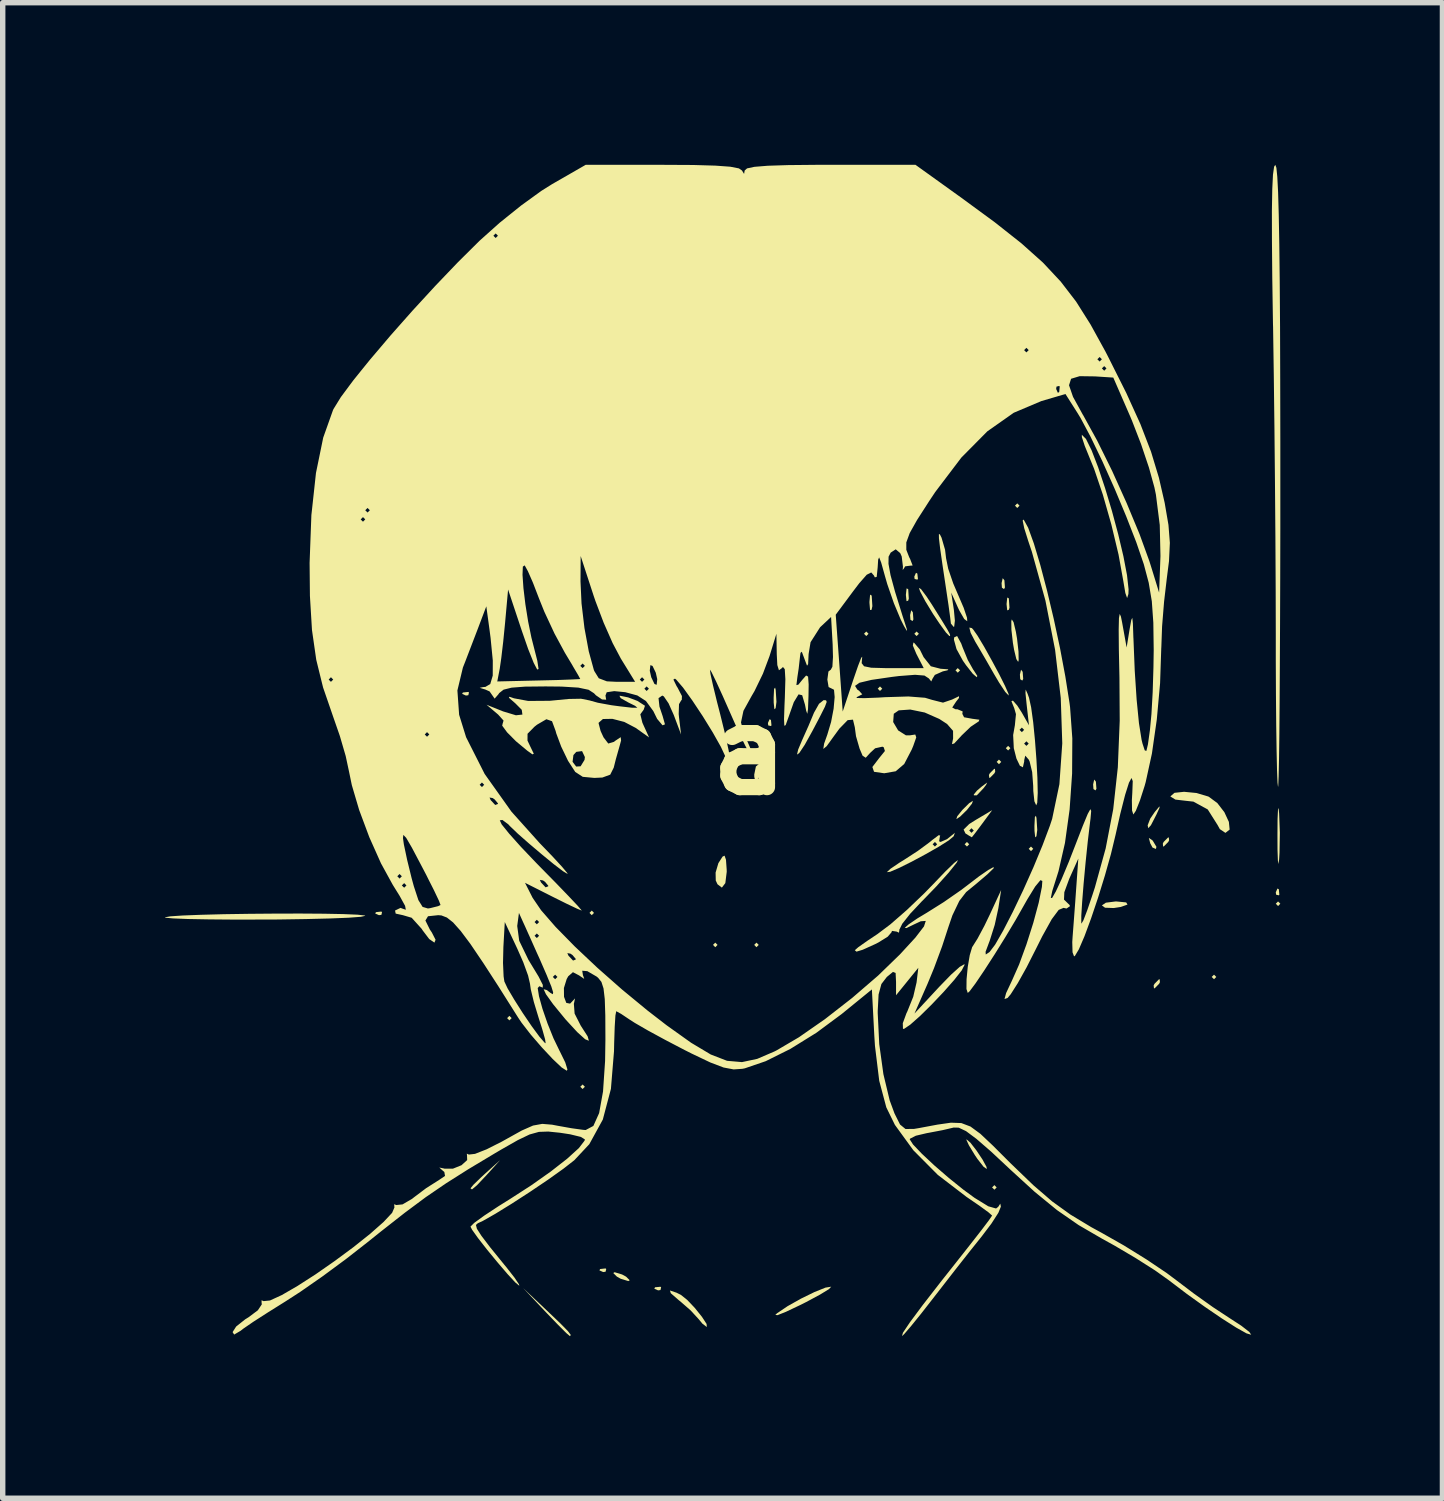
<source format=kicad_pcb>
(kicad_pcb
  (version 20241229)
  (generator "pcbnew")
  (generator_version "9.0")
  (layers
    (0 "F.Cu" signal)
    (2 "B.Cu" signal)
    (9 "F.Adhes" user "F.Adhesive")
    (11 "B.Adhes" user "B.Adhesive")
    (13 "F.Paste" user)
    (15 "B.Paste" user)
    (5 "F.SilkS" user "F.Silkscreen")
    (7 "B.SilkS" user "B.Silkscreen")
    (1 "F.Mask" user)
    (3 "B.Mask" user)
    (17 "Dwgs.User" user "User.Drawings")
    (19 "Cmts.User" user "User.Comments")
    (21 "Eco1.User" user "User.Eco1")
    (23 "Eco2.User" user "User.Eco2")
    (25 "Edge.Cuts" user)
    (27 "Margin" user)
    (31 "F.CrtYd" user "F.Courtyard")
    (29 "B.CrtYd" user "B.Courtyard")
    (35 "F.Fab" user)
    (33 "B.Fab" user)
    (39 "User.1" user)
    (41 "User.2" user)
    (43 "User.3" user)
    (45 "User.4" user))
  (footprint "a"
    (layer "F.Cu")
    (at 10.821 10.837)
    (property "Reference" "a" (at 0 0 0) (layer "F.SilkS") (effects (font (size 1.5 1.5) (thickness 0.3))))
    (attr board_only exclude_from_pos_files exclude_from_bom)
    (fp_poly (pts (xy -4.403 4.953) (xy -4.445 4.995) (xy -4.487 4.953) (xy -4.445 4.911)) (stroke (width 0) (type solid)) (fill yes) (layer "F.SilkS"))
    (fp_poly (pts (xy -3.048 6.223) (xy -3.09 6.265) (xy -3.133 6.223) (xy -3.09 6.181)) (stroke (width 0) (type solid)) (fill yes) (layer "F.SilkS"))
    (fp_poly (pts (xy -2.879 3.006) (xy -2.921 3.048) (xy -2.963 3.006) (xy -2.921 2.963)) (stroke (width 0) (type solid)) (fill yes) (layer "F.SilkS"))
    (fp_poly (pts (xy -0.593 3.598) (xy -0.635 3.641) (xy -0.677 3.598) (xy -0.635 3.556)) (stroke (width 0) (type solid)) (fill yes) (layer "F.SilkS"))
    (fp_poly (pts (xy 0.169 3.598) (xy 0.127 3.641) (xy 0.085 3.598) (xy 0.127 3.556)) (stroke (width 0) (type solid)) (fill yes) (layer "F.SilkS"))
    (fp_poly (pts (xy 2.201 -2.159) (xy 2.159 -2.117) (xy 2.117 -2.159) (xy 2.159 -2.201)) (stroke (width 0) (type solid)) (fill yes) (layer "F.SilkS"))
    (fp_poly (pts (xy 2.455 -1.143) (xy 2.413 -1.101) (xy 2.371 -1.143) (xy 2.413 -1.185)) (stroke (width 0) (type solid)) (fill yes) (layer "F.SilkS"))
    (fp_poly (pts (xy 3.133 -2.159) (xy 3.09 -2.117) (xy 3.048 -2.159) (xy 3.09 -2.201)) (stroke (width 0) (type solid)) (fill yes) (layer "F.SilkS"))
    (fp_poly (pts (xy 3.895 -1.482) (xy 3.852 -1.439) (xy 3.81 -1.482) (xy 3.852 -1.524)) (stroke (width 0) (type solid)) (fill yes) (layer "F.SilkS"))
    (fp_poly (pts (xy 4.064 1.736) (xy 4.022 1.778) (xy 3.979 1.736) (xy 4.022 1.693)) (stroke (width 0) (type solid)) (fill yes) (layer "F.SilkS"))
    (fp_poly (pts (xy 4.572 8.086) (xy 4.53 8.128) (xy 4.487 8.086) (xy 4.53 8.043)) (stroke (width 0) (type solid)) (fill yes) (layer "F.SilkS"))
    (fp_poly (pts (xy 4.657 0.212) (xy 4.614 0.254) (xy 4.572 0.212) (xy 4.614 0.169)) (stroke (width 0) (type solid)) (fill yes) (layer "F.SilkS"))
    (fp_poly (pts (xy 4.826 -0.042) (xy 4.784 0) (xy 4.741 -0.042) (xy 4.784 -0.085)) (stroke (width 0) (type solid)) (fill yes) (layer "F.SilkS"))
    (fp_poly (pts (xy 4.995 -4.53) (xy 4.953 -4.487) (xy 4.911 -4.53) (xy 4.953 -4.572)) (stroke (width 0) (type solid)) (fill yes) (layer "F.SilkS"))
    (fp_poly (pts (xy 5.249 1.82) (xy 5.207 1.863) (xy 5.165 1.82) (xy 5.207 1.778)) (stroke (width 0) (type solid)) (fill yes) (layer "F.SilkS"))
    (fp_poly (pts (xy 8.636 4.191) (xy 8.594 4.233) (xy 8.551 4.191) (xy 8.594 4.149)) (stroke (width 0) (type solid)) (fill yes) (layer "F.SilkS"))
    (fp_poly (pts (xy 9.821 2.836) (xy 9.779 2.879) (xy 9.737 2.836) (xy 9.779 2.794)) (stroke (width 0) (type solid)) (fill yes) (layer "F.SilkS"))
    (fp_poly (pts (xy -6.802 2.992) (xy -6.813 3.042) (xy -6.858 3.048) (xy -6.928 3.017) (xy -6.914 2.992) (xy -6.814 2.981)) (stroke (width 0) (type solid)) (fill yes) (layer "F.SilkS"))
    (fp_poly (pts (xy -5.193 -1.072) (xy -5.205 -1.022) (xy -5.249 -1.016) (xy -5.319 -1.047) (xy -5.306 -1.072) (xy -5.205 -1.083)) (stroke (width 0) (type solid)) (fill yes) (layer "F.SilkS"))
    (fp_poly (pts (xy -2.653 9.596) (xy -2.665 9.646) (xy -2.709 9.652) (xy -2.779 9.621) (xy -2.766 9.596) (xy -2.665 9.585)) (stroke (width 0) (type solid)) (fill yes) (layer "F.SilkS"))
    (fp_poly (pts (xy -1.637 9.934) (xy -1.649 9.985) (xy -1.693 9.991) (xy -1.763 9.96) (xy -1.75 9.934) (xy -1.649 9.924)) (stroke (width 0) (type solid)) (fill yes) (layer "F.SilkS"))
    (fp_poly (pts (xy 0.395 -0.564) (xy 0.405 -0.464) (xy 0.395 -0.452) (xy 0.345 -0.463) (xy 0.339 -0.508) (xy 0.37 -0.578)) (stroke (width 0) (type solid)) (fill yes) (layer "F.SilkS"))
    (fp_poly (pts (xy 2.935 -2.985) (xy 2.946 -2.811) (xy 2.935 -2.773) (xy 2.904 -2.762) (xy 2.892 -2.879) (xy 2.905 -2.999)) (stroke (width 0) (type solid)) (fill yes) (layer "F.SilkS"))
    (fp_poly (pts (xy 3.021 -2.556) (xy 3.031 -2.424) (xy 3.014 -2.394) (xy 2.976 -2.419) (xy 2.97 -2.505) (xy 2.991 -2.595)) (stroke (width 0) (type solid)) (fill yes) (layer "F.SilkS"))
    (fp_poly (pts (xy 3.104 -3.274) (xy 3.115 -3.173) (xy 3.104 -3.161) (xy 3.054 -3.173) (xy 3.048 -3.217) (xy 3.079 -3.287)) (stroke (width 0) (type solid)) (fill yes) (layer "F.SilkS"))
    (fp_poly (pts (xy 4.715 -3.149) (xy 4.725 -3.016) (xy 4.708 -2.986) (xy 4.669 -3.012) (xy 4.663 -3.097) (xy 4.684 -3.188)) (stroke (width 0) (type solid)) (fill yes) (layer "F.SilkS"))
    (fp_poly (pts (xy 4.797 -2.815) (xy 4.809 -2.642) (xy 4.797 -2.603) (xy 4.767 -2.593) (xy 4.755 -2.709) (xy 4.768 -2.83)) (stroke (width 0) (type solid)) (fill yes) (layer "F.SilkS"))
    (fp_poly (pts (xy 5.053 -1.455) (xy 5.063 -1.323) (xy 5.046 -1.293) (xy 5.008 -1.318) (xy 5.002 -1.404) (xy 5.023 -1.494)) (stroke (width 0) (type solid)) (fill yes) (layer "F.SilkS"))
    (fp_poly (pts (xy 6.408 0.577) (xy 6.418 0.709) (xy 6.401 0.739) (xy 6.363 0.714) (xy 6.357 0.628) (xy 6.377 0.538)) (stroke (width 0) (type solid)) (fill yes) (layer "F.SilkS"))
    (fp_poly (pts (xy 9.793 2.568) (xy 9.803 2.669) (xy 9.793 2.681) (xy 9.743 2.669) (xy 9.737 2.625) (xy 9.768 2.555)) (stroke (width 0) (type solid)) (fill yes) (layer "F.SilkS"))
    (fp_poly (pts (xy 7.45 1.66) (xy 7.461 1.671) (xy 7.528 1.782) (xy 7.519 1.823) (xy 7.456 1.797) (xy 7.414 1.718) (xy 7.388 1.619)) (stroke (width 0) (type solid)) (fill yes) (layer "F.SilkS"))
    (fp_poly (pts (xy -2.359 9.697) (xy -2.286 9.737) (xy -2.218 9.804) (xy -2.244 9.819) (xy -2.383 9.777) (xy -2.455 9.737) (xy -2.523 9.67) (xy -2.498 9.655)) (stroke (width 0) (type solid)) (fill yes) (layer "F.SilkS"))
    (fp_poly (pts (xy 0.248 0.307) (xy 0.198 0.462) (xy 0.169 0.508) (xy 0.108 0.574) (xy 0.087 0.49) (xy 0.086 0.445) (xy 0.117 0.296) (xy 0.169 0.254)) (stroke (width 0) (type solid)) (fill yes) (layer "F.SilkS"))
    (fp_poly (pts (xy 0.483 -1.121) (xy 0.497 -0.9) (xy 0.482 -0.782) (xy 0.459 -0.762) (xy 0.446 -0.884) (xy 0.445 -0.974) (xy 0.453 -1.138) (xy 0.472 -1.163)) (stroke (width 0) (type solid)) (fill yes) (layer "F.SilkS"))
    (fp_poly (pts (xy 2.256 -2.87) (xy 2.26 -2.856) (xy 2.272 -2.671) (xy 2.257 -2.602) (xy 2.229 -2.599) (xy 2.218 -2.732) (xy 2.218 -2.752) (xy 2.23 -2.883)) (stroke (width 0) (type solid)) (fill yes) (layer "F.SilkS"))
    (fp_poly (pts (xy 4.115 0.984) (xy 4.022 1.101) (xy 3.894 1.226) (xy 3.826 1.27) (xy 3.843 1.217) (xy 3.937 1.101) (xy 4.064 0.975) (xy 4.133 0.931)) (stroke (width 0) (type solid)) (fill yes) (layer "F.SilkS"))
    (fp_poly (pts (xy 4.376 0.637) (xy 4.329 0.699) (xy 4.205 0.83) (xy 4.15 0.83) (xy 4.149 0.815) (xy 4.207 0.744) (xy 4.297 0.667) (xy 4.397 0.593)) (stroke (width 0) (type solid)) (fill yes) (layer "F.SilkS"))
    (fp_poly (pts (xy 4.545 0.393) (xy 4.53 0.423) (xy 4.45 0.504) (xy 4.435 0.508) (xy 4.429 0.453) (xy 4.445 0.423) (xy 4.525 0.342) (xy 4.54 0.339)) (stroke (width 0) (type solid)) (fill yes) (layer "F.SilkS"))
    (fp_poly (pts (xy 5.309 1.25) (xy 5.323 1.47) (xy 5.308 1.588) (xy 5.285 1.608) (xy 5.272 1.487) (xy 5.271 1.397) (xy 5.279 1.233) (xy 5.298 1.208)) (stroke (width 0) (type solid)) (fill yes) (layer "F.SilkS"))
    (fp_poly (pts (xy 7.585 1.062) (xy 7.529 1.185) (xy 7.427 1.383) (xy 7.377 1.438) (xy 7.366 1.385) (xy 7.414 1.261) (xy 7.498 1.138) (xy 7.585 1.034)) (stroke (width 0) (type solid)) (fill yes) (layer "F.SilkS"))
    (fp_poly (pts (xy 7.593 4.288) (xy 7.578 4.318) (xy 7.498 4.399) (xy 7.483 4.403) (xy 7.477 4.348) (xy 7.493 4.318) (xy 7.573 4.237) (xy 7.588 4.233)) (stroke (width 0) (type solid)) (fill yes) (layer "F.SilkS"))
    (fp_poly (pts (xy 7.763 1.663) (xy 7.747 1.693) (xy 7.667 1.774) (xy 7.652 1.778) (xy 7.647 1.723) (xy 7.662 1.693) (xy 7.742 1.612) (xy 7.757 1.609)) (stroke (width 0) (type solid)) (fill yes) (layer "F.SilkS"))
    (fp_poly (pts (xy -4.863 7.853) (xy -5.044 8.045) (xy -5.137 8.123) (xy -5.165 8.102) (xy -5.165 8.102) (xy -5.108 8.034) (xy -4.965 7.896) (xy -4.889 7.826) (xy -4.614 7.578)) (stroke (width 0) (type solid)) (fill yes) (layer "F.SilkS"))
    (fp_poly (pts (xy 6.969 2.812) (xy 6.993 2.852) (xy 6.868 2.896) (xy 6.738 2.916) (xy 6.577 2.91) (xy 6.519 2.867) (xy 6.593 2.817) (xy 6.773 2.794) (xy 6.787 2.794)) (stroke (width 0) (type solid)) (fill yes) (layer "F.SilkS"))
    (fp_poly (pts (xy -3.747 10.368) (xy -3.5 10.604) (xy -3.36 10.747) (xy -3.308 10.817) (xy -3.324 10.837) (xy -3.326 10.837) (xy -3.392 10.781) (xy -3.542 10.631) (xy -3.746 10.419) (xy -3.771 10.393) (xy -4.191 9.948)) (stroke (width 0) (type solid)) (fill yes) (layer "F.SilkS"))
    (fp_poly (pts (xy -0.437 2.022) (xy -0.424 2.205) (xy -0.423 2.244) (xy -0.449 2.455) (xy -0.513 2.538) (xy -0.594 2.476) (xy -0.626 2.407) (xy -0.629 2.26) (xy -0.578 2.086) (xy -0.5 1.964) (xy -0.463 1.947)) (stroke (width 0) (type solid)) (fill yes) (layer "F.SilkS"))
    (fp_poly (pts (xy 4.086 7.258) (xy 4.198 7.402) (xy 4.31 7.57) (xy 4.383 7.704) (xy 4.39 7.746) (xy 4.329 7.703) (xy 4.215 7.557) (xy 4.168 7.487) (xy 4.059 7.308) (xy 4.012 7.206) (xy 4.015 7.197)) (stroke (width 0) (type solid)) (fill yes) (layer "F.SilkS"))
    (fp_poly (pts (xy 9.799 1.167) (xy 9.812 1.524) (xy 9.806 1.892) (xy 9.799 2.014) (xy 9.786 2.102) (xy 9.776 2.038) (xy 9.769 1.837) (xy 9.768 1.566) (xy 9.77 1.266) (xy 9.778 1.094) (xy 9.788 1.064)) (stroke (width 0) (type solid)) (fill yes) (layer "F.SilkS"))
    (fp_poly (pts (xy 4.885 -2.373) (xy 4.927 -2.199) (xy 4.949 -2.07) (xy 4.976 -1.831) (xy 4.979 -1.671) (xy 4.97 -1.639) (xy 4.936 -1.691) (xy 4.894 -1.865) (xy 4.872 -1.994) (xy 4.845 -2.233) (xy 4.843 -2.393) (xy 4.852 -2.425)) (stroke (width 0) (type solid)) (fill yes) (layer "F.SilkS"))
    (fp_poly (pts (xy 1.467 9.969) (xy 1.302 10.07) (xy 1.047 10.207) (xy 0.931 10.265) (xy 0.674 10.387) (xy 0.516 10.45) (xy 0.476 10.445) (xy 0.508 10.415) (xy 0.702 10.284) (xy 0.949 10.145) (xy 1.2 10.022) (xy 1.404 9.94) (xy 1.511 9.923)) (stroke (width 0) (type solid)) (fill yes) (layer "F.SilkS"))
    (fp_poly (pts (xy 1.415 -0.928) (xy 1.427 -0.898) (xy 1.394 -0.809) (xy 1.304 -0.63) (xy 1.162 -0.36) (xy 1.02 -0.104) (xy 0.921 0.045) (xy 0.877 0.077) (xy 0.899 -0.017) (xy 0.972 -0.191) (xy 1.09 -0.455) (xy 1.192 -0.699) (xy 1.285 -0.864) (xy 1.37 -0.931)) (stroke (width 0) (type solid)) (fill yes) (layer "F.SilkS"))
    (fp_poly (pts (xy 3.172 -2.986) (xy 3.274 -2.85) (xy 3.37 -2.705) (xy 3.551 -2.416) (xy 3.658 -2.241) (xy 3.706 -2.152) (xy 3.711 -2.12) (xy 3.697 -2.117) (xy 3.634 -2.182) (xy 3.512 -2.351) (xy 3.395 -2.526) (xy 3.252 -2.761) (xy 3.157 -2.94) (xy 3.133 -3.008)) (stroke (width 0) (type solid)) (fill yes) (layer "F.SilkS"))
    (fp_poly (pts (xy 3.916 -1.979) (xy 3.94 -1.913) (xy 4.037 -1.676) (xy 4.137 -1.497) (xy 4.149 -1.481) (xy 4.214 -1.379) (xy 4.204 -1.355) (xy 4.131 -1.418) (xy 4.005 -1.578) (xy 3.947 -1.661) (xy 3.829 -1.876) (xy 3.781 -2.051) (xy 3.786 -2.093) (xy 3.84 -2.118)) (stroke (width 0) (type solid)) (fill yes) (layer "F.SilkS"))
    (fp_poly (pts (xy -1.352 10.034) (xy -1.27 10.075) (xy -1.154 10.168) (xy -1.013 10.317) (xy -0.882 10.48) (xy -0.796 10.612) (xy -0.792 10.668) (xy -0.794 10.668) (xy -0.872 10.608) (xy -0.948 10.517) (xy -1.091 10.362) (xy -1.289 10.189) (xy -1.303 10.179) (xy -1.458 10.044) (xy -1.474 9.993)) (stroke (width 0) (type solid)) (fill yes) (layer "F.SilkS"))
    (fp_poly (pts (xy 4.112 -2.265) (xy 4.137 -2.239) (xy 4.219 -2.122) (xy 4.341 -1.918) (xy 4.481 -1.667) (xy 4.618 -1.412) (xy 4.728 -1.192) (xy 4.791 -1.048) (xy 4.795 -1.016) (xy 4.731 -1.083) (xy 4.616 -1.257) (xy 4.521 -1.418) (xy 4.368 -1.685) (xy 4.232 -1.918) (xy 4.178 -2.008) (xy 4.091 -2.176) (xy 4.066 -2.274)) (stroke (width 0) (type solid)) (fill yes) (layer "F.SilkS"))
    (fp_poly (pts (xy 4.303 1.357) (xy 4.181 1.52) (xy 4.115 1.604) (xy 4.112 1.607) (xy 4.048 1.569) (xy 3.994 1.535) (xy 3.969 1.482) (xy 4.064 1.482) (xy 4.106 1.524) (xy 4.149 1.482) (xy 4.106 1.439) (xy 4.064 1.482) (xy 3.969 1.482) (xy 3.96 1.464) (xy 4.063 1.362) (xy 4.185 1.285) (xy 4.489 1.105)) (stroke (width 0) (type solid)) (fill yes) (layer "F.SilkS"))
    (fp_poly (pts (xy 8.267 0.787) (xy 8.484 0.851) (xy 8.496 0.856) (xy 8.655 0.973) (xy 8.786 1.143) (xy 8.869 1.322) (xy 8.883 1.464) (xy 8.807 1.524) (xy 8.803 1.524) (xy 8.702 1.456) (xy 8.66 1.38) (xy 8.478 1.092) (xy 8.213 0.947) (xy 8.067 0.931) (xy 7.879 0.909) (xy 7.79 0.854) (xy 7.789 0.847) (xy 7.862 0.784) (xy 8.04 0.765)) (stroke (width 0) (type solid)) (fill yes) (layer "F.SilkS"))
    (fp_poly (pts (xy 6.225 -5.764) (xy 6.329 -5.553) (xy 6.45 -5.239) (xy 6.578 -4.855) (xy 6.705 -4.432) (xy 6.821 -4.001) (xy 6.917 -3.595) (xy 6.984 -3.244) (xy 7.013 -2.981) (xy 7.01 -2.896) (xy 6.986 -2.82) (xy 6.953 -2.914) (xy 6.916 -3.133) (xy 6.827 -3.626) (xy 6.694 -4.182) (xy 6.537 -4.733) (xy 6.374 -5.214) (xy 6.299 -5.397) (xy 6.202 -5.636) (xy 6.149 -5.797) (xy 6.148 -5.842)) (stroke (width 0) (type solid)) (fill yes) (layer "F.SilkS"))
    (fp_poly (pts (xy -7.878 3.021) (xy -7.516 3.028) (xy -7.255 3.039) (xy -7.122 3.054) (xy -7.112 3.06) (xy -7.193 3.078) (xy -7.419 3.095) (xy -7.766 3.109) (xy -8.21 3.12) (xy -8.727 3.128) (xy -8.992 3.129) (xy -9.532 3.13) (xy -10.006 3.126) (xy -10.393 3.119) (xy -10.668 3.108) (xy -10.808 3.095) (xy -10.821 3.088) (xy -10.723 3.07) (xy -10.49 3.054) (xy -10.149 3.041) (xy -9.731 3.03) (xy -9.266 3.023) (xy -8.782 3.019) (xy -8.31 3.018)) (stroke (width 0) (type solid)) (fill yes) (layer "F.SilkS"))
    (fp_poly (pts (xy 3.521 -3.999) (xy 3.552 -3.937) (xy 3.617 -3.714) (xy 3.636 -3.556) (xy 3.675 -3.364) (xy 3.768 -3.091) (xy 3.855 -2.888) (xy 3.962 -2.639) (xy 4.023 -2.457) (xy 4.028 -2.391) (xy 3.972 -2.432) (xy 3.883 -2.586) (xy 3.859 -2.636) (xy 3.731 -2.921) (xy 3.78 -2.603) (xy 3.799 -2.401) (xy 3.786 -2.292) (xy 3.777 -2.286) (xy 3.725 -2.348) (xy 3.725 -2.349) (xy 3.712 -2.46) (xy 3.681 -2.688) (xy 3.64 -2.963) (xy 3.571 -3.424) (xy 3.526 -3.737) (xy 3.504 -3.924) (xy 3.503 -4.004)) (stroke (width 0) (type solid)) (fill yes) (layer "F.SilkS"))
    (fp_poly (pts (xy 3.834 2.074) (xy 3.684 2.261) (xy 3.459 2.512) (xy 3.205 2.775) (xy 3.188 2.791) (xy 2.974 3.019) (xy 2.825 3.207) (xy 2.769 3.321) (xy 2.771 3.333) (xy 2.763 3.372) (xy 2.722 3.352) (xy 2.635 3.339) (xy 2.625 3.366) (xy 2.556 3.446) (xy 2.384 3.553) (xy 2.325 3.583) (xy 2.093 3.688) (xy 1.978 3.723) (xy 1.947 3.697) (xy 2.012 3.64) (xy 2.181 3.521) (xy 2.364 3.399) (xy 2.605 3.218) (xy 2.91 2.952) (xy 3.23 2.646) (xy 3.397 2.475) (xy 3.625 2.237) (xy 3.784 2.083) (xy 3.856 2.027)) (stroke (width 0) (type solid)) (fill yes) (layer "F.SilkS"))
    (fp_poly (pts (xy 3.777 1.585) (xy 3.774 1.59) (xy 3.686 1.664) (xy 3.501 1.781) (xy 3.259 1.919) (xy 3.002 2.057) (xy 2.769 2.173) (xy 2.601 2.245) (xy 2.54 2.252) (xy 2.606 2.19) (xy 2.771 2.078) (xy 2.857 2.025) (xy 3.113 1.859) (xy 3.28 1.736) (xy 3.387 1.736) (xy 3.429 1.778) (xy 3.471 1.736) (xy 3.429 1.693) (xy 3.387 1.736) (xy 3.28 1.736) (xy 3.341 1.69) (xy 3.379 1.658) (xy 3.499 1.568) (xy 3.528 1.575) (xy 3.522 1.587) (xy 3.507 1.681) (xy 3.534 1.693) (xy 3.652 1.642) (xy 3.721 1.587) (xy 3.799 1.524)) (stroke (width 0) (type solid)) (fill yes) (layer "F.SilkS"))
    (fp_poly (pts (xy 9.748 -10.783) (xy 9.765 -10.615) (xy 9.78 -10.327) (xy 9.792 -9.913) (xy 9.802 -9.365) (xy 9.81 -8.678) (xy 9.816 -7.844) (xy 9.819 -6.857) (xy 9.821 -5.711) (xy 9.821 -5.08) (xy 9.821 -4.11) (xy 9.819 -3.191) (xy 9.816 -2.337) (xy 9.812 -1.562) (xy 9.808 -0.879) (xy 9.803 -0.303) (xy 9.797 0.153) (xy 9.79 0.475) (xy 9.783 0.649) (xy 9.779 0.677) (xy 9.769 0.596) (xy 9.76 0.365) (xy 9.752 0.004) (xy 9.745 -0.468) (xy 9.74 -1.03) (xy 9.737 -1.663) (xy 9.737 -2.138) (xy 9.735 -2.978) (xy 9.73 -3.933) (xy 9.722 -4.95) (xy 9.712 -5.975) (xy 9.7 -6.953) (xy 9.687 -7.832) (xy 9.685 -7.895) (xy 9.672 -8.748) (xy 9.666 -9.442) (xy 9.665 -9.984) (xy 9.672 -10.386) (xy 9.685 -10.655) (xy 9.706 -10.802) (xy 9.728 -10.837)) (stroke (width 0) (type solid)) (fill yes) (layer "F.SilkS"))
    (fp_poly (pts (xy 5.144 -1.049) (xy 5.171 -0.974) (xy 5.21 -0.797) (xy 5.248 -0.522) (xy 5.281 -0.186) (xy 5.308 0.171) (xy 5.326 0.508) (xy 5.332 0.787) (xy 5.323 0.968) (xy 5.304 1.016) (xy 5.27 0.941) (xy 5.25 0.751) (xy 5.248 0.656) (xy 5.229 0.4) (xy 5.182 0.204) (xy 5.165 0.169) (xy 5.101 0.096) (xy 5.082 0.179) (xy 5.081 0.207) (xy 5.057 0.312) (xy 5.002 0.283) (xy 4.938 0.15) (xy 4.889 -0.042) (xy 4.885 -0.127) (xy 5.08 -0.127) (xy 5.122 -0.085) (xy 5.165 -0.127) (xy 5.122 -0.169) (xy 5.08 -0.127) (xy 4.885 -0.127) (xy 4.877 -0.285) (xy 4.894 -0.381) (xy 4.995 -0.381) (xy 5.038 -0.339) (xy 5.08 -0.381) (xy 5.038 -0.423) (xy 4.995 -0.381) (xy 4.894 -0.381) (xy 4.909 -0.466) (xy 4.929 -0.672) (xy 4.897 -0.783) (xy 4.845 -0.912) (xy 4.873 -0.922) (xy 4.954 -0.83) (xy 5.038 -0.699) (xy 5.17 -0.466) (xy 5.127 -0.847) (xy 5.105 -1.064) (xy 5.109 -1.127)) (stroke (width 0) (type solid)) (fill yes) (layer "F.SilkS"))
    (fp_poly (pts (xy -2.248 -0.982) (xy -2.076 -0.917) (xy -1.936 -0.827) (xy -1.96 -0.754) (xy -1.961 -0.753) (xy -2.022 -0.669) (xy -1.984 -0.514) (xy -1.962 -0.465) (xy -1.86 -0.241) (xy -2.107 -0.417) (xy -2.319 -0.528) (xy -2.539 -0.585) (xy -2.714 -0.582) (xy -2.793 -0.513) (xy -2.794 -0.502) (xy -2.757 -0.36) (xy -2.703 -0.243) (xy -2.615 -0.128) (xy -2.511 -0.159) (xy -2.477 -0.185) (xy -2.385 -0.246) (xy -2.378 -0.184) (xy -2.405 -0.085) (xy -2.475 0.162) (xy -2.514 0.318) (xy -2.579 0.448) (xy -2.724 0.501) (xy -2.873 0.508) (xy -3.087 0.488) (xy -3.226 0.398) (xy -3.348 0.21) (xy -3.276 0.21) (xy -3.209 0.298) (xy -3.127 0.293) (xy -3.054 0.174) (xy -3.048 0.122) (xy -3.1 0.012) (xy -3.207 0.026) (xy -3.26 0.085) (xy -3.276 0.21) (xy -3.348 0.21) (xy -3.358 0.194) (xy -3.36 0.191) (xy -3.486 -0.071) (xy -3.578 -0.317) (xy -3.589 -0.36) (xy -3.656 -0.541) (xy -3.76 -0.578) (xy -3.933 -0.477) (xy -3.981 -0.439) (xy -4.109 -0.309) (xy -4.11 -0.183) (xy -4.061 -0.079) (xy -3.993 0.061) (xy -4.019 0.072) (xy -4.114 0.004) (xy -4.323 -0.17) (xy -4.487 -0.335) (xy -4.578 -0.459) (xy -4.567 -0.508) (xy -4.566 -0.508) (xy -4.553 -0.553) (xy -4.652 -0.663) (xy -4.668 -0.677) (xy -4.868 -0.846) (xy -4.562 -0.723) (xy -4.324 -0.651) (xy -4.204 -0.664) (xy -4.216 -0.752) (xy -4.335 -0.872) (xy -4.454 -0.976) (xy -4.443 -0.994) (xy -4.36 -0.965) (xy -4.097 -0.916) (xy -3.697 -0.919) (xy -3.344 -0.953) (xy -3.119 -0.957) (xy -2.963 -0.926) (xy -2.808 -0.883) (xy -2.556 -0.837) (xy -2.413 -0.818) (xy -2.17 -0.79) (xy -2.077 -0.791) (xy -2.119 -0.826) (xy -2.244 -0.888) (xy -2.385 -0.968) (xy -2.408 -1.01) (xy -2.396 -1.012)) (stroke (width 0) (type solid)) (fill yes) (layer "F.SilkS"))
    (fp_poly (pts (xy -1.045 -10.834) (xy -0.633 -10.822) (xy -0.357 -10.802) (xy -0.198 -10.771) (xy -0.141 -10.732) (xy -0.102 -10.669) (xy -0.091 -10.732) (xy -0.047 -10.771) (xy 0.09 -10.8) (xy 0.338 -10.82) (xy 0.714 -10.832) (xy 1.235 -10.837) (xy 1.493 -10.837) (xy 3.07 -10.837) (xy 3.925 -10.223) (xy 4.537 -9.774) (xy 5.029 -9.385) (xy 5.427 -9.029) (xy 5.756 -8.678) (xy 6.042 -8.306) (xy 6.309 -7.883) (xy 6.583 -7.385) (xy 6.631 -7.292) (xy 6.971 -6.614) (xy 7.232 -6.039) (xy 7.428 -5.53) (xy 7.574 -5.048) (xy 7.681 -4.582) (xy 7.751 -4.173) (xy 7.777 -3.842) (xy 7.761 -3.504) (xy 7.72 -3.181) (xy 7.67 -2.754) (xy 7.633 -2.296) (xy 7.619 -1.905) (xy 7.618 -1.901) (xy 7.596 -1.243) (xy 7.535 -0.571) (xy 7.445 0.057) (xy 7.33 0.584) (xy 7.31 0.656) (xy 7.223 0.926) (xy 7.147 1.117) (xy 7.101 1.185) (xy 7.077 1.11) (xy 7.074 0.918) (xy 7.082 0.783) (xy 7.09 0.568) (xy 7.068 0.509) (xy 7.02 0.597) (xy 6.949 0.822) (xy 6.859 1.175) (xy 6.773 1.558) (xy 6.687 1.915) (xy 6.575 2.314) (xy 6.449 2.722) (xy 6.319 3.108) (xy 6.197 3.438) (xy 6.093 3.68) (xy 6.02 3.802) (xy 6.004 3.81) (xy 5.976 3.735) (xy 5.971 3.546) (xy 5.977 3.45) (xy 5.999 3.163) (xy 6.026 2.802) (xy 6.044 2.546) (xy 6.083 2.001) (xy 5.915 2.375) (xy 5.824 2.623) (xy 5.818 2.76) (xy 5.837 2.778) (xy 5.923 2.862) (xy 5.927 2.883) (xy 5.865 2.925) (xy 5.809 2.913) (xy 5.72 2.95) (xy 5.591 3.123) (xy 5.415 3.44) (xy 5.302 3.666) (xy 5.127 4.011) (xy 4.963 4.305) (xy 4.832 4.511) (xy 4.774 4.58) (xy 4.717 4.6) (xy 4.747 4.489) (xy 4.854 4.261) (xy 4.987 3.961) (xy 5.124 3.586) (xy 5.25 3.189) (xy 5.35 2.818) (xy 5.409 2.525) (xy 5.417 2.415) (xy 5.382 2.4) (xy 5.285 2.518) (xy 5.143 2.749) (xy 5.08 2.86) (xy 4.923 3.137) (xy 4.733 3.454) (xy 4.532 3.777) (xy 4.341 4.073) (xy 4.18 4.311) (xy 4.071 4.457) (xy 4.037 4.487) (xy 4.013 4.414) (xy 4.015 4.234) (xy 4.037 4.005) (xy 4.074 3.788) (xy 4.118 3.64) (xy 4.131 3.62) (xy 4.219 3.48) (xy 4.345 3.244) (xy 4.443 3.041) (xy 4.655 2.582) (xy 4.603 2.921) (xy 4.536 3.228) (xy 4.443 3.522) (xy 4.434 3.545) (xy 4.367 3.725) (xy 4.37 3.776) (xy 4.44 3.73) (xy 4.543 3.594) (xy 4.692 3.335) (xy 4.871 2.987) (xy 5.063 2.585) (xy 5.252 2.162) (xy 5.421 1.754) (xy 5.556 1.395) (xy 5.599 1.265) (xy 5.733 0.624) (xy 5.786 -0.132) (xy 5.758 -0.971) (xy 5.653 -1.863) (xy 5.474 -2.775) (xy 5.223 -3.678) (xy 5.156 -3.877) (xy 5.082 -4.113) (xy 5.053 -4.255) (xy 5.071 -4.273) (xy 5.155 -4.121) (xy 5.26 -3.831) (xy 5.379 -3.433) (xy 5.504 -2.958) (xy 5.628 -2.436) (xy 5.744 -1.895) (xy 5.843 -1.367) (xy 5.92 -0.879) (xy 5.93 -0.804) (xy 5.972 -0.223) (xy 5.968 0.428) (xy 5.922 1.091) (xy 5.836 1.711) (xy 5.717 2.232) (xy 5.687 2.328) (xy 5.601 2.6) (xy 5.574 2.73) (xy 5.599 2.728) (xy 5.667 2.609) (xy 5.772 2.384) (xy 5.905 2.066) (xy 6.022 1.766) (xy 6.165 1.397) (xy 6.257 1.175) (xy 6.306 1.086) (xy 6.321 1.119) (xy 6.309 1.26) (xy 6.302 1.312) (xy 6.258 1.682) (xy 6.217 2.078) (xy 6.181 2.464) (xy 6.154 2.803) (xy 6.138 3.058) (xy 6.138 3.193) (xy 6.141 3.204) (xy 6.177 3.143) (xy 6.249 2.955) (xy 6.344 2.674) (xy 6.389 2.536) (xy 6.589 1.813) (xy 6.729 1.086) (xy 6.814 0.313) (xy 6.849 -0.548) (xy 6.844 -1.35) (xy 6.833 -1.871) (xy 6.83 -2.234) (xy 6.835 -2.449) (xy 6.849 -2.527) (xy 6.871 -2.479) (xy 6.893 -2.371) (xy 6.977 -1.905) (xy 7.032 -2.244) (xy 7.063 -2.415) (xy 7.082 -2.454) (xy 7.093 -2.347) (xy 7.102 -2.084) (xy 7.103 -2.074) (xy 7.127 -1.475) (xy 7.162 -0.942) (xy 7.205 -0.505) (xy 7.254 -0.196) (xy 7.271 -0.127) (xy 7.312 -0.002) (xy 7.342 0.009) (xy 7.371 -0.112) (xy 7.408 -0.375) (xy 7.436 -0.673) (xy 7.459 -1.079) (xy 7.473 -1.534) (xy 7.478 -1.857) (xy 7.471 -2.365) (xy 7.443 -2.761) (xy 7.386 -3.102) (xy 7.295 -3.445) (xy 7.294 -3.448) (xy 7.156 -3.851) (xy 6.969 -4.332) (xy 6.753 -4.848) (xy 6.527 -5.353) (xy 6.311 -5.802) (xy 6.125 -6.151) (xy 6.071 -6.24) (xy 5.845 -6.596) (xy 5.399 -6.465) (xy 4.888 -6.249) (xy 4.399 -5.905) (xy 3.919 -5.42) (xy 3.435 -4.782) (xy 3.322 -4.612) (xy 3.099 -4.265) (xy 2.963 -4.023) (xy 2.9 -3.85) (xy 2.9 -3.713) (xy 2.953 -3.577) (xy 2.972 -3.54) (xy 3.017 -3.422) (xy 2.978 -3.42) (xy 2.879 -3.407) (xy 2.855 -3.367) (xy 2.833 -3.339) (xy 2.838 -3.398) (xy 2.815 -3.59) (xy 2.787 -3.652) (xy 2.704 -3.722) (xy 2.611 -3.661) (xy 2.572 -3.586) (xy 2.57 -3.454) (xy 2.608 -3.244) (xy 2.693 -2.932) (xy 2.829 -2.495) (xy 2.91 -2.244) (xy 2.911 -2.21) (xy 2.854 -2.308) (xy 2.795 -2.426) (xy 2.67 -2.725) (xy 2.548 -3.077) (xy 2.504 -3.23) (xy 2.435 -3.477) (xy 2.397 -3.573) (xy 2.379 -3.531) (xy 2.37 -3.387) (xy 2.352 -3.212) (xy 2.317 -3.203) (xy 2.301 -3.237) (xy 2.251 -3.294) (xy 2.168 -3.252) (xy 2.029 -3.094) (xy 1.918 -2.948) (xy 1.594 -2.512) (xy 1.659 -1.616) (xy 1.723 -0.72) (xy 1.92 -1.312) (xy 2.008 -1.567) (xy 2.066 -1.716) (xy 2.085 -1.734) (xy 2.082 -1.714) (xy 2.074 -1.615) (xy 2.118 -1.558) (xy 2.25 -1.531) (xy 2.503 -1.524) (xy 2.635 -1.524) (xy 3.222 -1.524) (xy 3.086 -1.787) (xy 3.021 -1.942) (xy 3.031 -1.997) (xy 3.046 -1.991) (xy 3.149 -1.87) (xy 3.22 -1.727) (xy 3.354 -1.558) (xy 3.533 -1.512) (xy 3.678 -1.501) (xy 3.663 -1.483) (xy 3.577 -1.464) (xy 3.428 -1.398) (xy 3.385 -1.328) (xy 3.362 -1.277) (xy 3.317 -1.333) (xy 3.236 -1.386) (xy 3.062 -1.4) (xy 2.765 -1.377) (xy 2.634 -1.361) (xy 2.256 -1.306) (xy 2.033 -1.253) (xy 1.951 -1.195) (xy 1.994 -1.126) (xy 2.026 -1.105) (xy 2.085 -1.039) (xy 1.988 -0.989) (xy 1.981 -0.987) (xy 1.983 -0.971) (xy 2.125 -0.968) (xy 2.381 -0.978) (xy 2.509 -0.986) (xy 2.939 -0.999) (xy 3.247 -0.975) (xy 3.377 -0.936) (xy 3.579 -0.885) (xy 3.747 -0.942) (xy 3.875 -1.004) (xy 3.875 -0.972) (xy 3.821 -0.903) (xy 3.75 -0.795) (xy 3.808 -0.763) (xy 3.847 -0.762) (xy 3.942 -0.723) (xy 3.937 -0.677) (xy 3.969 -0.614) (xy 4.123 -0.586) (xy 4.252 -0.569) (xy 4.239 -0.535) (xy 4.233 -0.533) (xy 4.092 -0.439) (xy 3.923 -0.277) (xy 3.912 -0.264) (xy 3.786 -0.129) (xy 3.745 -0.117) (xy 3.766 -0.223) (xy 3.765 -0.363) (xy 3.654 -0.49) (xy 3.511 -0.583) (xy 3.241 -0.702) (xy 2.973 -0.757) (xy 2.76 -0.742) (xy 2.668 -0.679) (xy 2.657 -0.526) (xy 2.749 -0.371) (xy 2.893 -0.28) (xy 2.968 -0.28) (xy 3.066 -0.295) (xy 3.084 -0.242) (xy 3.028 -0.083) (xy 3 -0.016) (xy 2.861 0.251) (xy 2.704 0.385) (xy 2.491 0.422) (xy 2.303 0.395) (xy 2.272 0.306) (xy 2.394 0.146) (xy 2.394 0.146) (xy 2.504 0.01) (xy 2.482 -0.059) (xy 2.457 -0.07) (xy 2.323 -0.04) (xy 2.233 0.043) (xy 2.149 0.135) (xy 2.091 0.097) (xy 2.035 -0.035) (xy 1.969 -0.264) (xy 1.947 -0.429) (xy 1.913 -0.57) (xy 1.815 -0.561) (xy 1.661 -0.403) (xy 1.569 -0.277) (xy 1.426 -0.079) (xy 1.364 -0.028) (xy 1.379 -0.126) (xy 1.439 -0.295) (xy 1.508 -0.527) (xy 1.555 -0.773) (xy 1.574 -0.988) (xy 1.562 -1.123) (xy 1.524 -1.143) (xy 1.462 -1.173) (xy 1.439 -1.312) (xy 1.459 -1.461) (xy 1.503 -1.495) (xy 1.532 -1.549) (xy 1.543 -1.731) (xy 1.537 -1.963) (xy 1.508 -2.47) (xy 1.304 -2.279) (xy 1.128 -2.003) (xy 1.092 -1.784) (xy 1.083 -1.598) (xy 1.063 -1.568) (xy 1.021 -1.679) (xy 1.016 -1.693) (xy 0.966 -1.827) (xy 0.942 -1.806) (xy 0.933 -1.736) (xy 0.908 -1.514) (xy 0.884 -1.355) (xy 0.866 -1.209) (xy 0.903 -1.218) (xy 0.975 -1.307) (xy 1.046 -1.387) (xy 1.082 -1.367) (xy 1.093 -1.222) (xy 1.09 -1.011) (xy 1.081 -0.766) (xy 1.068 -0.678) (xy 1.047 -0.735) (xy 1.025 -0.847) (xy 0.973 -1.022) (xy 0.906 -1.038) (xy 0.818 -0.893) (xy 0.712 -0.593) (xy 0.667 -0.468) (xy 0.643 -0.457) (xy 0.637 -0.576) (xy 0.646 -0.842) (xy 0.652 -0.974) (xy 0.662 -1.317) (xy 0.651 -1.504) (xy 0.617 -1.545) (xy 0.598 -1.524) (xy 0.543 -1.484) (xy 0.513 -1.58) (xy 0.503 -1.778) (xy 0.496 -2.159) (xy 0.369 -1.746) (xy 0.247 -1.421) (xy 0.091 -1.099) (xy 0.037 -1.007) (xy -0.114 -0.733) (xy -0.159 -0.519) (xy -0.103 -0.298) (xy -0.036 -0.157) (xy 0.043 0.026) (xy 0.062 0.134) (xy 0.058 0.139) (xy 0.011 0.083) (xy -0.086 -0.1) (xy -0.219 -0.379) (xy -0.347 -0.669) (xy -0.497 -1.008) (xy -0.621 -1.279) (xy -0.705 -1.451) (xy -0.734 -1.496) (xy -0.723 -1.411) (xy -0.676 -1.199) (xy -0.602 -0.895) (xy -0.546 -0.679) (xy -0.453 -0.301) (xy -0.387 0.002) (xy -0.352 0.212) (xy -0.349 0.309) (xy -0.382 0.277) (xy -0.441 0.127) (xy -0.531 -0.066) (xy -0.682 -0.334) (xy -0.867 -0.634) (xy -1.06 -0.925) (xy -1.232 -1.164) (xy -1.357 -1.31) (xy -1.381 -1.329) (xy -1.41 -1.312) (xy -1.351 -1.191) (xy -1.332 -1.161) (xy -1.252 -1.007) (xy -1.255 -0.932) (xy -1.263 -0.931) (xy -1.306 -0.857) (xy -1.312 -0.674) (xy -1.306 -0.614) (xy -1.268 -0.296) (xy -1.403 -0.656) (xy -1.499 -0.871) (xy -1.587 -1) (xy -1.616 -1.016) (xy -1.685 -0.968) (xy -1.668 -0.811) (xy -1.609 -0.636) (xy -1.566 -0.483) (xy -1.609 -0.466) (xy -1.614 -0.469) (xy -1.711 -0.585) (xy -1.782 -0.729) (xy -1.918 -0.915) (xy -2.078 -1.018) (xy -2.3 -1.078) (xy -2.505 -1.098) (xy -2.644 -1.077) (xy -2.667 -1.016) (xy -2.654 -0.939) (xy -2.731 -0.944) (xy -2.844 -1.021) (xy -2.879 -1.058) (xy -2.979 -1.123) (xy -3.075 -1.143) (xy -1.947 -1.143) (xy -1.905 -1.101) (xy -1.863 -1.143) (xy -1.905 -1.185) (xy -1.947 -1.143) (xy -3.075 -1.143) (xy -3.169 -1.163) (xy -3.478 -1.182) (xy -3.774 -1.185) (xy -4.157 -1.181) (xy -4.405 -1.162) (xy -4.553 -1.125) (xy -4.633 -1.062) (xy -4.65 -1.037) (xy -4.718 -0.959) (xy -4.739 -0.989) (xy -4.811 -1.092) (xy -4.889 -1.127) (xy -4.994 -1.159) (xy -4.934 -1.172) (xy -4.889 -1.176) (xy -4.799 -1.229) (xy -4.785 -1.277) (xy -4.669 -1.277) (xy -3.902 -1.295) (xy -3.565 -1.303) (xy -3.303 -1.313) (xy -3.154 -1.32) (xy -3.134 -1.323) (xy -3.173 -1.395) (xy -3.274 -1.566) (xy -3.133 -1.566) (xy -3.09 -1.524) (xy -3.048 -1.566) (xy -3.09 -1.609) (xy -3.133 -1.566) (xy -3.274 -1.566) (xy -3.277 -1.573) (xy -3.418 -1.808) (xy -3.61 -2.163) (xy -3.799 -2.569) (xy -3.897 -2.813) (xy -4.006 -3.096) (xy -4.019 -3.127) (xy -3.129 -3.127) (xy -3.11 -2.721) (xy -3.056 -2.266) (xy -2.976 -1.834) (xy -2.883 -1.494) (xy -2.874 -1.47) (xy -2.791 -1.336) (xy -2.641 -1.279) (xy -2.458 -1.27) (xy -2.118 -1.27) (xy -2.144 -1.312) (xy -2.032 -1.312) (xy -1.99 -1.27) (xy -1.947 -1.312) (xy -1.99 -1.355) (xy -2.032 -1.312) (xy -2.144 -1.312) (xy -2.244 -1.475) (xy -1.847 -1.475) (xy -1.82 -1.355) (xy -1.76 -1.23) (xy -1.72 -1.215) (xy -1.709 -1.319) (xy -1.736 -1.439) (xy -1.796 -1.564) (xy -1.836 -1.579) (xy -1.847 -1.475) (xy -2.244 -1.475) (xy -2.382 -1.699) (xy -2.534 -1.986) (xy -2.701 -2.365) (xy -2.853 -2.766) (xy -2.886 -2.863) (xy -3.126 -3.598) (xy -3.129 -3.127) (xy -4.019 -3.127) (xy -4.103 -3.318) (xy -4.162 -3.425) (xy -4.196 -3.402) (xy -4.202 -3.25) (xy -4.185 -3.005) (xy -4.149 -2.705) (xy -4.098 -2.386) (xy -4.037 -2.087) (xy -4.005 -1.962) (xy -3.928 -1.659) (xy -3.905 -1.507) (xy -3.93 -1.497) (xy -3.996 -1.623) (xy -4.098 -1.878) (xy -4.212 -2.206) (xy -4.469 -2.978) (xy -4.525 -2.357) (xy -4.559 -2.015) (xy -4.595 -1.71) (xy -4.624 -1.509) (xy -4.625 -1.506) (xy -4.669 -1.277) (xy -4.785 -1.277) (xy -4.753 -1.385) (xy -4.752 -1.664) (xy -4.793 -2.083) (xy -4.814 -2.244) (xy -4.872 -2.667) (xy -5.032 -2.244) (xy -5.15 -1.936) (xy -5.263 -1.641) (xy -5.305 -1.535) (xy -5.407 -1.11) (xy -5.375 -0.661) (xy -5.246 -0.245) (xy -4.903 0.434) (xy -4.407 1.132) (xy -3.885 1.714) (xy -3.648 1.96) (xy -3.471 2.152) (xy -3.376 2.266) (xy -3.367 2.286) (xy -3.452 2.235) (xy -3.625 2.103) (xy -3.847 1.921) (xy -4.082 1.722) (xy -4.291 1.538) (xy -4.436 1.399) (xy -4.465 1.367) (xy -4.574 1.286) (xy -4.623 1.293) (xy -4.587 1.369) (xy -4.449 1.54) (xy -4.232 1.783) (xy -3.955 2.074) (xy -3.876 2.155) (xy -3.586 2.45) (xy -3.347 2.698) (xy -3.181 2.874) (xy -3.108 2.959) (xy -3.107 2.963) (xy -3.192 2.928) (xy -3.386 2.836) (xy -3.647 2.706) (xy -3.647 2.706) (xy -4.156 2.449) (xy -4.015 2.727) (xy -3.858 2.957) (xy -3.59 3.265) (xy -3.235 3.627) (xy -2.816 4.022) (xy -2.359 4.425) (xy -1.888 4.813) (xy -1.536 5.085) (xy -1.082 5.409) (xy -0.719 5.626) (xy -0.417 5.743) (xy -0.141 5.767) (xy 0.141 5.707) (xy 0.462 5.569) (xy 0.501 5.549) (xy 0.913 5.307) (xy 1.393 4.973) (xy 1.896 4.581) (xy 2.378 4.166) (xy 2.783 3.773) (xy 3.068 3.463) (xy 3.227 3.256) (xy 3.26 3.154) (xy 3.167 3.161) (xy 3.055 3.213) (xy 2.902 3.287) (xy 2.871 3.282) (xy 2.945 3.217) (xy 3.105 3.108) (xy 3.281 3.002) (xy 3.593 2.806) (xy 3.911 2.585) (xy 4.022 2.501) (xy 4.244 2.331) (xy 4.416 2.212) (xy 4.514 2.158) (xy 4.518 2.178) (xy 4.407 2.286) (xy 4.403 2.29) (xy 4.189 2.472) (xy 4.007 2.621) (xy 3.881 2.784) (xy 3.753 3.051) (xy 3.679 3.267) (xy 3.563 3.623) (xy 3.412 4.03) (xy 3.293 4.318) (xy 3.051 4.868) (xy 3.515 4.368) (xy 3.728 4.149) (xy 3.889 4.004) (xy 3.973 3.956) (xy 3.979 3.965) (xy 3.926 4.069) (xy 3.786 4.247) (xy 3.59 4.469) (xy 3.369 4.702) (xy 3.153 4.915) (xy 2.972 5.075) (xy 2.858 5.152) (xy 2.838 5.151) (xy 2.835 5.047) (xy 2.902 4.864) (xy 2.919 4.829) (xy 3.028 4.558) (xy 3.09 4.292) (xy 3.122 4.022) (xy 2.916 4.276) (xy 2.71 4.53) (xy 2.71 4.284) (xy 2.702 4.117) (xy 2.653 4.098) (xy 2.54 4.191) (xy 2.439 4.322) (xy 2.387 4.515) (xy 2.371 4.819) (xy 2.371 4.86) (xy 2.399 5.433) (xy 2.476 5.99) (xy 2.592 6.474) (xy 2.682 6.718) (xy 2.784 6.922) (xy 2.885 7.005) (xy 3.044 7.003) (xy 3.128 6.989) (xy 3.475 6.924) (xy 3.726 6.888) (xy 3.918 6.895) (xy 4.087 6.959) (xy 4.271 7.094) (xy 4.504 7.314) (xy 4.824 7.634) (xy 4.846 7.655) (xy 5.251 8.045) (xy 5.598 8.344) (xy 5.938 8.589) (xy 6.321 8.82) (xy 6.513 8.925) (xy 6.927 9.16) (xy 7.35 9.422) (xy 7.721 9.672) (xy 7.893 9.801) (xy 8.223 10.051) (xy 8.575 10.302) (xy 8.873 10.498) (xy 9.1 10.646) (xy 9.247 10.76) (xy 9.282 10.812) (xy 9.196 10.787) (xy 9.005 10.68) (xy 8.737 10.509) (xy 8.422 10.294) (xy 8.089 10.055) (xy 7.768 9.811) (xy 7.756 9.802) (xy 7.499 9.619) (xy 7.147 9.395) (xy 6.756 9.164) (xy 6.528 9.038) (xy 6.089 8.783) (xy 5.688 8.505) (xy 5.275 8.167) (xy 4.835 7.765) (xy 4.468 7.422) (xy 4.197 7.187) (xy 4.005 7.044) (xy 3.87 6.98) (xy 3.777 6.978) (xy 3.572 7.026) (xy 3.31 7.076) (xy 3.281 7.081) (xy 3.077 7.129) (xy 2.969 7.184) (xy 2.963 7.196) (xy 3.025 7.292) (xy 3.188 7.463) (xy 3.419 7.679) (xy 3.687 7.911) (xy 3.958 8.129) (xy 4.163 8.279) (xy 4.417 8.435) (xy 4.561 8.476) (xy 4.601 8.445) (xy 4.639 8.386) (xy 4.65 8.442) (xy 4.603 8.556) (xy 4.475 8.755) (xy 4.295 8.993) (xy 4.079 9.263) (xy 3.805 9.611) (xy 3.52 9.978) (xy 3.395 10.139) (xy 3.17 10.427) (xy 2.983 10.658) (xy 2.859 10.802) (xy 2.82 10.837) (xy 2.838 10.774) (xy 2.966 10.583) (xy 3.203 10.264) (xy 3.55 9.817) (xy 3.831 9.462) (xy 4.08 9.146) (xy 4.287 8.881) (xy 4.429 8.693) (xy 4.487 8.608) (xy 4.487 8.606) (xy 4.422 8.548) (xy 4.252 8.424) (xy 4.014 8.261) (xy 3.482 7.853) (xy 3.03 7.398) (xy 2.689 6.929) (xy 2.53 6.605) (xy 2.399 6.113) (xy 2.32 5.467) (xy 2.308 5.28) (xy 2.263 4.422) (xy 1.703 4.878) (xy 1.236 5.224) (xy 0.754 5.523) (xy 0.298 5.75) (xy -0.088 5.882) (xy -0.133 5.891) (xy -0.295 5.902) (xy -0.481 5.867) (xy -0.728 5.773) (xy -1.072 5.609) (xy -1.203 5.543) (xy -1.559 5.357) (xy -1.881 5.182) (xy -2.123 5.042) (xy -2.214 4.984) (xy -2.377 4.875) (xy -2.466 4.826) (xy -2.468 4.826) (xy -2.483 4.905) (xy -2.496 5.114) (xy -2.506 5.416) (xy -2.509 5.567) (xy -2.566 6.262) (xy -2.716 6.83) (xy -2.966 7.286) (xy -3.244 7.583) (xy -3.444 7.739) (xy -3.73 7.943) (xy -4.062 8.167) (xy -4.4 8.386) (xy -4.705 8.574) (xy -4.937 8.706) (xy -5.03 8.749) (xy -5.064 8.78) (xy -5.046 8.851) (xy -4.962 8.982) (xy -4.799 9.196) (xy -4.541 9.514) (xy -4.501 9.562) (xy -4.352 9.753) (xy -4.268 9.878) (xy -4.261 9.906) (xy -4.335 9.845) (xy -4.48 9.688) (xy -4.664 9.473) (xy -4.856 9.24) (xy -5.024 9.025) (xy -5.136 8.868) (xy -5.165 8.811) (xy -5.097 8.743) (xy -4.914 8.61) (xy -4.647 8.434) (xy -4.434 8.301) (xy -4.039 8.046) (xy -3.678 7.791) (xy -3.375 7.554) (xy -3.159 7.358) (xy -3.054 7.221) (xy -3.048 7.197) (xy -3.124 7.151) (xy -3.321 7.103) (xy -3.51 7.074) (xy -3.726 7.052) (xy -3.898 7.058) (xy -4.071 7.106) (xy -4.288 7.21) (xy -4.592 7.383) (xy -4.716 7.456) (xy -5.208 7.751) (xy -5.617 8.01) (xy -5.992 8.266) (xy -6.378 8.553) (xy -6.823 8.902) (xy -7.07 9.1) (xy -7.471 9.413) (xy -7.906 9.734) (xy -8.317 10.02) (xy -8.594 10.199) (xy -8.909 10.396) (xy -9.183 10.572) (xy -9.372 10.702) (xy -9.419 10.739) (xy -9.538 10.809) (xy -9.567 10.763) (xy -9.501 10.66) (xy -9.334 10.527) (xy -9.271 10.488) (xy -9.099 10.359) (xy -9.026 10.249) (xy -9.03 10.223) (xy -9.031 10.174) (xy -8.994 10.19) (xy -8.875 10.178) (xy -8.657 10.078) (xy -8.367 9.91) (xy -8.031 9.694) (xy -7.678 9.448) (xy -7.332 9.192) (xy -7.022 8.945) (xy -6.774 8.726) (xy -6.615 8.556) (xy -6.571 8.453) (xy -6.573 8.448) (xy -6.577 8.396) (xy -6.54 8.412) (xy -6.422 8.4) (xy -6.247 8.298) (xy -6.209 8.268) (xy -5.986 8.1) (xy -5.775 7.966) (xy -5.767 7.962) (xy -5.636 7.873) (xy -5.649 7.8) (xy -5.682 7.772) (xy -5.742 7.718) (xy -5.654 7.736) (xy -5.645 7.739) (xy -5.49 7.739) (xy -5.331 7.675) (xy -5.226 7.58) (xy -5.229 7.493) (xy -5.233 7.461) (xy -5.195 7.478) (xy -5.081 7.465) (xy -4.865 7.38) (xy -4.588 7.24) (xy -4.518 7.201) (xy -4.216 7.033) (xy -4.007 6.941) (xy -3.837 6.91) (xy -3.655 6.925) (xy -3.556 6.944) (xy -3.293 6.991) (xy -3.083 7.02) (xy -3.033 7.024) (xy -2.891 6.948) (xy -2.784 6.71) (xy -2.712 6.31) (xy -2.674 5.746) (xy -2.668 5.348) (xy -2.67 4.906) (xy -2.68 4.601) (xy -2.703 4.404) (xy -2.742 4.283) (xy -2.802 4.208) (xy -2.831 4.184) (xy -3.003 4.084) (xy -3.097 4.076) (xy -3.083 4.164) (xy -3.079 4.17) (xy -3.06 4.227) (xy -3.151 4.166) (xy -3.153 4.164) (xy -3.269 4.103) (xy -3.356 4.179) (xy -3.385 4.231) (xy -3.436 4.396) (xy -3.434 4.559) (xy -3.392 4.671) (xy -3.322 4.685) (xy -3.285 4.647) (xy -3.23 4.588) (xy -3.249 4.677) (xy -3.252 4.686) (xy -3.238 4.869) (xy -3.124 5.093) (xy -2.997 5.29) (xy -2.974 5.372) (xy -3.043 5.344) (xy -3.189 5.212) (xy -3.401 4.982) (xy -3.417 4.963) (xy -3.635 4.697) (xy -3.768 4.511) (xy -3.811 4.419) (xy -3.754 4.433) (xy -3.682 4.488) (xy -3.641 4.511) (xy -3.635 4.477) (xy -3.669 4.367) (xy -3.741 4.191) (xy -3.641 4.191) (xy -3.598 4.233) (xy -3.556 4.191) (xy -3.598 4.149) (xy -3.641 4.191) (xy -3.741 4.191) (xy -3.752 4.163) (xy -3.89 3.846) (xy -3.934 3.75) (xy -3.373 3.75) (xy -3.352 3.797) (xy -3.267 3.888) (xy -3.218 3.869) (xy -3.217 3.857) (xy -3.277 3.786) (xy -3.315 3.76) (xy -3.373 3.75) (xy -3.934 3.75) (xy -4.077 3.429) (xy -3.979 3.429) (xy -3.937 3.471) (xy -3.895 3.429) (xy -3.937 3.387) (xy -3.979 3.429) (xy -4.077 3.429) (xy -4.091 3.399) (xy -4.153 3.26) (xy -4.192 3.175) (xy -3.979 3.175) (xy -3.937 3.217) (xy -3.895 3.175) (xy -3.937 3.133) (xy -3.979 3.175) (xy -4.192 3.175) (xy -4.268 3.006) (xy -4.3 3.248) (xy -4.263 3.522) (xy -4.091 3.877) (xy -4.071 3.91) (xy -3.904 4.185) (xy -3.826 4.339) (xy -3.828 4.389) (xy -3.891 4.363) (xy -3.921 4.397) (xy -3.897 4.549) (xy -3.833 4.78) (xy -3.739 5.052) (xy -3.629 5.326) (xy -3.514 5.564) (xy -3.512 5.567) (xy -3.411 5.773) (xy -3.371 5.903) (xy -3.382 5.927) (xy -3.478 5.866) (xy -3.643 5.71) (xy -3.845 5.494) (xy -4.049 5.258) (xy -4.22 5.037) (xy -4.281 4.946) (xy -4.648 4.365) (xy -4.929 3.931) (xy -4.563 3.931) (xy -4.552 4.18) (xy -4.538 4.275) (xy -4.478 4.403) (xy -4.355 4.611) (xy -4.198 4.858) (xy -4.033 5.101) (xy -3.888 5.298) (xy -3.792 5.408) (xy -3.774 5.419) (xy -3.784 5.346) (xy -3.837 5.157) (xy -3.906 4.94) (xy -3.992 4.656) (xy -4.049 4.421) (xy -4.064 4.315) (xy -4.099 4.165) (xy -4.188 3.92) (xy -4.297 3.672) (xy -4.53 3.175) (xy -4.556 3.636) (xy -4.563 3.931) (xy -4.929 3.931) (xy -4.94 3.915) (xy -5.168 3.578) (xy -5.347 3.339) (xy -5.487 3.182) (xy -5.601 3.092) (xy -5.702 3.053) (xy -5.761 3.048) (xy -5.951 3.068) (xy -5.999 3.147) (xy -5.917 3.313) (xy -5.88 3.368) (xy -5.811 3.503) (xy -5.832 3.556) (xy -5.928 3.49) (xy -6.051 3.328) (xy -6.067 3.302) (xy -6.253 3.096) (xy -6.416 3.048) (xy -6.549 3.019) (xy -6.561 2.962) (xy -6.459 2.913) (xy -6.429 2.925) (xy -6.361 2.948) (xy -6.375 2.875) (xy -6.476 2.691) (xy -6.596 2.498) (xy -6.435 2.498) (xy -6.392 2.54) (xy -6.35 2.498) (xy -6.392 2.455) (xy -6.435 2.498) (xy -6.596 2.498) (xy -6.605 2.483) (xy -6.69 2.328) (xy -6.519 2.328) (xy -6.477 2.371) (xy -6.435 2.328) (xy -6.477 2.286) (xy -6.519 2.328) (xy -6.69 2.328) (xy -6.821 2.089) (xy -7.03 1.621) (xy -6.414 1.621) (xy -6.398 1.736) (xy -6.337 2.025) (xy -6.253 2.367) (xy -6.213 2.513) (xy -6.129 2.769) (xy -6.051 2.895) (xy -5.953 2.924) (xy -5.911 2.918) (xy -5.763 2.881) (xy -5.719 2.86) (xy -5.749 2.78) (xy -5.842 2.584) (xy -5.938 2.395) (xy -3.881 2.395) (xy -3.86 2.442) (xy -3.775 2.533) (xy -3.726 2.514) (xy -3.725 2.503) (xy -3.785 2.431) (xy -3.823 2.405) (xy -3.881 2.395) (xy -5.938 2.395) (xy -5.982 2.306) (xy -6.081 2.117) (xy -6.25 1.797) (xy -6.355 1.617) (xy -6.407 1.562) (xy -6.414 1.621) (xy -7.03 1.621) (xy -7.036 1.608) (xy -7.224 1.104) (xy -7.293 0.871) (xy -4.812 0.871) (xy -4.792 0.918) (xy -4.707 1.009) (xy -4.657 0.99) (xy -4.657 0.979) (xy -4.717 0.907) (xy -4.754 0.881) (xy -4.812 0.871) (xy -7.293 0.871) (xy -7.361 0.64) (xy -7.362 0.635) (xy -4.995 0.635) (xy -4.953 0.677) (xy -4.911 0.635) (xy -4.953 0.593) (xy -4.995 0.635) (xy -7.362 0.635) (xy -7.412 0.393) (xy -7.474 0.103) (xy -7.581 -0.264) (xy -7.592 -0.296) (xy -6.011 -0.296) (xy -5.969 -0.254) (xy -5.927 -0.296) (xy -5.969 -0.339) (xy -6.011 -0.296) (xy -7.592 -0.296) (xy -7.708 -0.63) (xy -7.71 -0.636) (xy -7.892 -1.164) (xy -7.929 -1.312) (xy -7.789 -1.312) (xy -7.747 -1.27) (xy -7.705 -1.312) (xy -7.747 -1.355) (xy -7.789 -1.312) (xy -7.929 -1.312) (xy -8.019 -1.679) (xy -8.098 -2.229) (xy -8.136 -2.859) (xy -8.142 -3.471) (xy -8.112 -4.276) (xy -7.197 -4.276) (xy -7.154 -4.233) (xy -7.112 -4.276) (xy -7.154 -4.318) (xy -7.197 -4.276) (xy -8.112 -4.276) (xy -8.109 -4.356) (xy -8.099 -4.445) (xy -7.112 -4.445) (xy -7.07 -4.403) (xy -7.027 -4.445) (xy -7.07 -4.487) (xy -7.112 -4.445) (xy -8.099 -4.445) (xy -8.024 -5.135) (xy -7.89 -5.789) (xy -7.709 -6.298) (xy -7.699 -6.319) (xy -7.564 -6.538) (xy -7.452 -6.689) (xy 5.673 -6.689) (xy 5.704 -6.619) (xy 5.729 -6.632) (xy 5.739 -6.733) (xy 5.729 -6.745) (xy 5.679 -6.733) (xy 5.673 -6.689) (xy -7.452 -6.689) (xy -7.401 -6.758) (xy 5.911 -6.758) (xy 5.985 -6.543) (xy 6.166 -6.214) (xy 6.175 -6.2) (xy 6.432 -5.733) (xy 6.708 -5.174) (xy 6.977 -4.578) (xy 7.216 -4.003) (xy 7.397 -3.505) (xy 7.423 -3.423) (xy 7.578 -2.921) (xy 7.603 -3.598) (xy 7.59 -4.172) (xy 7.519 -4.733) (xy 7.491 -4.868) (xy 7.39 -5.234) (xy 7.243 -5.671) (xy 7.079 -6.095) (xy 7.043 -6.181) (xy 6.73 -6.9) (xy 6.392 -6.922) (xy 6.108 -6.926) (xy 5.949 -6.878) (xy 5.911 -6.758) (xy -7.401 -6.758) (xy -7.329 -6.854) (xy -7.155 -7.07) (xy 6.519 -7.07) (xy 6.562 -7.027) (xy 6.604 -7.07) (xy 6.562 -7.112) (xy 6.519 -7.07) (xy -7.155 -7.07) (xy -7.018 -7.239) (xy 6.435 -7.239) (xy 6.477 -7.197) (xy 6.519 -7.239) (xy 6.477 -7.281) (xy 6.435 -7.239) (xy -7.018 -7.239) (xy -7.016 -7.241) (xy -6.874 -7.408) (xy 5.08 -7.408) (xy 5.122 -7.366) (xy 5.165 -7.408) (xy 5.122 -7.451) (xy 5.08 -7.408) (xy -6.874 -7.408) (xy -6.646 -7.677) (xy -6.239 -8.137) (xy -5.815 -8.598) (xy -5.396 -9.036) (xy -5.002 -9.427) (xy -4.986 -9.442) (xy -4.893 -9.525) (xy -4.741 -9.525) (xy -4.699 -9.483) (xy -4.657 -9.525) (xy -4.699 -9.567) (xy -4.741 -9.525) (xy -4.893 -9.525) (xy -4.626 -9.764) (xy -4.229 -10.083) (xy -3.855 -10.354) (xy -3.654 -10.48) (xy -3.033 -10.837) (xy -1.608 -10.837)) (stroke (width 0) (type solid)) (fill yes) (layer "F.SilkS")))
  (gr_rect
    (start -3 -3)
    (end 23.642 24.675)
    (stroke (width 0.1) (type default))
    (fill no)
    (layer "Edge.Cuts")))
</source>
